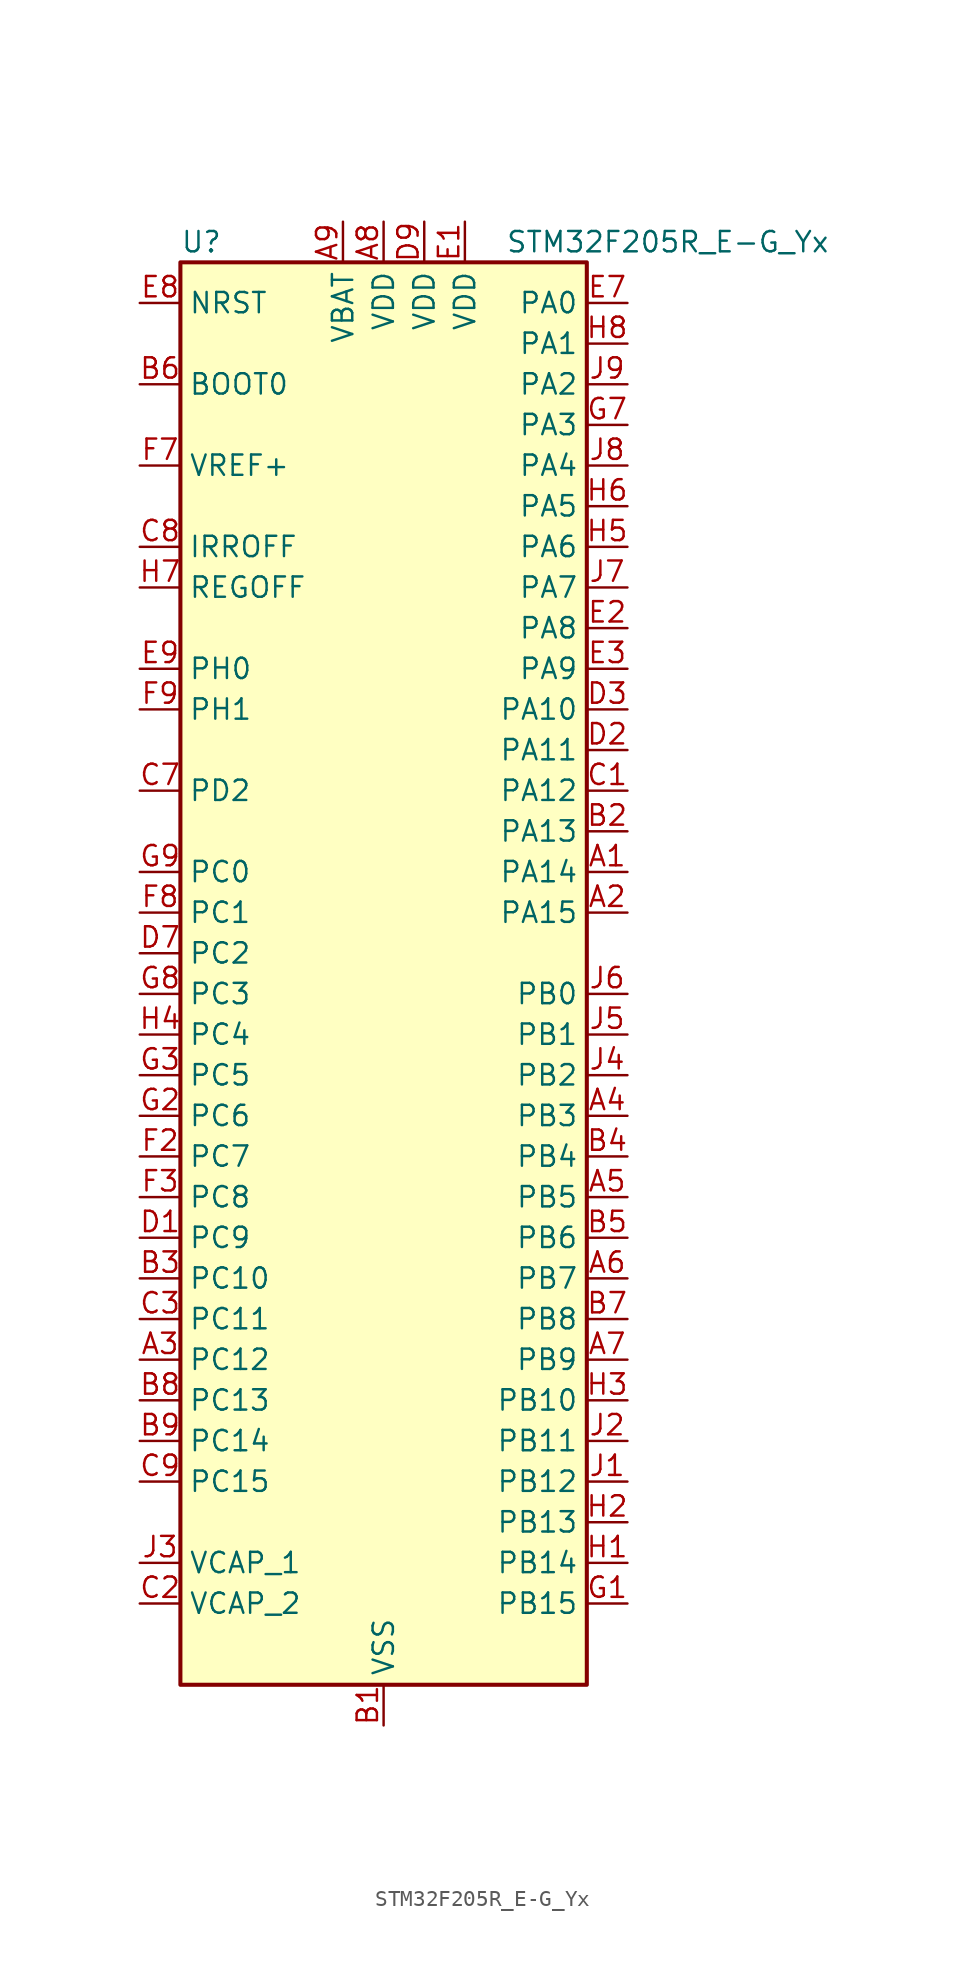
<source format=kicad_sym>
(kicad_symbol_lib
  (version 20231120)
  (generator "kicad_symbol_editor")
  (generator_version "8.0")
  (symbol "STM32F205R_E-G_Yx"
    (property "Reference" "U"
      (at -12.7 46.99 0)
      (effects (font (size 1.27 1.27)) (justify left)))
    (property "Value" "STM32F205R_E-G_Yx"
      (at 7.62 46.99 0)
      (effects (font (size 1.27 1.27)) (justify left)))
    (property "ki_locked" ""
      (at 0 0 0)
      (effects (font (size 1.27 1.27))))
    (symbol "STM32F205R_E-G_Yx_0_1"
      (rectangle (start -12.7 -43.18) (end 12.7 45.72) (stroke (width 0.254) (type default)) (fill (type background))))
    (symbol "STM32F205R_E-G_Yx_1_1"
      (pin bidirectional line (at 15.24 7.62 180) (length 2.54) (name "PA14" (effects (font (size 1.27 1.27)))) (number "A1" (effects (font (size 1.27 1.27)))) (alternate "SYS_JTCK-SWCLK" bidirectional line))
      (pin bidirectional line (at 15.24 5.08 180) (length 2.54) (name "PA15" (effects (font (size 1.27 1.27)))) (number "A2" (effects (font (size 1.27 1.27)))) (alternate "ADC1_EXTI15" bidirectional line) (alternate "ADC2_EXTI15" bidirectional line) (alternate "ADC3_EXTI15" bidirectional line) (alternate "I2S3_WS" bidirectional line) (alternate "SPI1_NSS" bidirectional line) (alternate "SPI3_NSS" bidirectional line) (alternate "SYS_JTDI" bidirectional line) (alternate "TIM2_CH1" bidirectional line) (alternate "TIM2_ETR" bidirectional line))
      (pin bidirectional line (at -15.24 -22.86 0) (length 2.54) (name "PC12" (effects (font (size 1.27 1.27)))) (number "A3" (effects (font (size 1.27 1.27)))) (alternate "I2S3_SD" bidirectional line) (alternate "SDIO_CK" bidirectional line) (alternate "SPI3_MOSI" bidirectional line) (alternate "UART5_TX" bidirectional line) (alternate "USART3_CK" bidirectional line))
      (pin bidirectional line (at 15.24 -7.62 180) (length 2.54) (name "PB3" (effects (font (size 1.27 1.27)))) (number "A4" (effects (font (size 1.27 1.27)))) (alternate "I2S3_SCK" bidirectional line) (alternate "SPI1_SCK" bidirectional line) (alternate "SPI3_SCK" bidirectional line) (alternate "SYS_JTDO-SWO" bidirectional line) (alternate "TIM2_CH2" bidirectional line))
      (pin bidirectional line (at 15.24 -12.7 180) (length 2.54) (name "PB5" (effects (font (size 1.27 1.27)))) (number "A5" (effects (font (size 1.27 1.27)))) (alternate "CAN2_RX" bidirectional line) (alternate "I2C1_SMBA" bidirectional line) (alternate "I2S3_SD" bidirectional line) (alternate "SPI1_MOSI" bidirectional line) (alternate "SPI3_MOSI" bidirectional line) (alternate "TIM3_CH2" bidirectional line) (alternate "USB_OTG_HS_ULPI_D7" bidirectional line))
      (pin bidirectional line (at 15.24 -17.78 180) (length 2.54) (name "PB7" (effects (font (size 1.27 1.27)))) (number "A6" (effects (font (size 1.27 1.27)))) (alternate "I2C1_SDA" bidirectional line) (alternate "TIM4_CH2" bidirectional line) (alternate "USART1_RX" bidirectional line))
      (pin bidirectional line (at 15.24 -22.86 180) (length 2.54) (name "PB9" (effects (font (size 1.27 1.27)))) (number "A7" (effects (font (size 1.27 1.27)))) (alternate "CAN1_TX" bidirectional line) (alternate "DAC_EXTI9" bidirectional line) (alternate "I2C1_SDA" bidirectional line) (alternate "I2S2_WS" bidirectional line) (alternate "SDIO_D5" bidirectional line) (alternate "SPI2_NSS" bidirectional line) (alternate "TIM11_CH1" bidirectional line) (alternate "TIM4_CH4" bidirectional line))
      (pin power_in line (at 0 48.26 270) (length 2.54) (name "VDD" (effects (font (size 1.27 1.27)))) (number "A8" (effects (font (size 1.27 1.27)))))
      (pin power_in line (at -2.54 48.26 270) (length 2.54) (name "VBAT" (effects (font (size 1.27 1.27)))) (number "A9" (effects (font (size 1.27 1.27)))))
      (pin power_in line (at 0 -45.72 90) (length 2.54) (name "VSS" (effects (font (size 1.27 1.27)))) (number "B1" (effects (font (size 1.27 1.27)))))
      (pin bidirectional line (at 15.24 10.16 180) (length 2.54) (name "PA13" (effects (font (size 1.27 1.27)))) (number "B2" (effects (font (size 1.27 1.27)))) (alternate "SYS_JTMS-SWDIO" bidirectional line))
      (pin bidirectional line (at -15.24 -17.78 0) (length 2.54) (name "PC10" (effects (font (size 1.27 1.27)))) (number "B3" (effects (font (size 1.27 1.27)))) (alternate "I2S3_SCK" bidirectional line) (alternate "SDIO_D2" bidirectional line) (alternate "SPI3_SCK" bidirectional line) (alternate "UART4_TX" bidirectional line) (alternate "USART3_TX" bidirectional line))
      (pin bidirectional line (at 15.24 -10.16 180) (length 2.54) (name "PB4" (effects (font (size 1.27 1.27)))) (number "B4" (effects (font (size 1.27 1.27)))) (alternate "SPI1_MISO" bidirectional line) (alternate "SPI3_MISO" bidirectional line) (alternate "SYS_JTRST" bidirectional line) (alternate "TIM3_CH1" bidirectional line))
      (pin bidirectional line (at 15.24 -15.24 180) (length 2.54) (name "PB6" (effects (font (size 1.27 1.27)))) (number "B5" (effects (font (size 1.27 1.27)))) (alternate "CAN2_TX" bidirectional line) (alternate "I2C1_SCL" bidirectional line) (alternate "TIM4_CH1" bidirectional line) (alternate "USART1_TX" bidirectional line))
      (pin input line (at -15.24 38.1 0) (length 2.54) (name "BOOT0" (effects (font (size 1.27 1.27)))) (number "B6" (effects (font (size 1.27 1.27)))))
      (pin bidirectional line (at 15.24 -20.32 180) (length 2.54) (name "PB8" (effects (font (size 1.27 1.27)))) (number "B7" (effects (font (size 1.27 1.27)))) (alternate "CAN1_RX" bidirectional line) (alternate "I2C1_SCL" bidirectional line) (alternate "SDIO_D4" bidirectional line) (alternate "TIM10_CH1" bidirectional line) (alternate "TIM4_CH3" bidirectional line))
      (pin bidirectional line (at -15.24 -25.4 0) (length 2.54) (name "PC13" (effects (font (size 1.27 1.27)))) (number "B8" (effects (font (size 1.27 1.27)))) (alternate "RTC_AF1" bidirectional line))
      (pin bidirectional line (at -15.24 -27.94 0) (length 2.54) (name "PC14" (effects (font (size 1.27 1.27)))) (number "B9" (effects (font (size 1.27 1.27)))) (alternate "RCC_OSC32_IN" bidirectional line))
      (pin bidirectional line (at 15.24 12.7 180) (length 2.54) (name "PA12" (effects (font (size 1.27 1.27)))) (number "C1" (effects (font (size 1.27 1.27)))) (alternate "CAN1_TX" bidirectional line) (alternate "TIM1_ETR" bidirectional line) (alternate "USART1_RTS" bidirectional line) (alternate "USB_OTG_FS_DP" bidirectional line))
      (pin power_out line (at -15.24 -38.1 0) (length 2.54) (name "VCAP_2" (effects (font (size 1.27 1.27)))) (number "C2" (effects (font (size 1.27 1.27)))))
      (pin bidirectional line (at -15.24 -20.32 0) (length 2.54) (name "PC11" (effects (font (size 1.27 1.27)))) (number "C3" (effects (font (size 1.27 1.27)))) (alternate "ADC1_EXTI11" bidirectional line) (alternate "ADC2_EXTI11" bidirectional line) (alternate "ADC3_EXTI11" bidirectional line) (alternate "SDIO_D3" bidirectional line) (alternate "SPI3_MISO" bidirectional line) (alternate "UART4_RX" bidirectional line) (alternate "USART3_RX" bidirectional line))
      (pin bidirectional line (at -15.24 12.7 0) (length 2.54) (name "PD2" (effects (font (size 1.27 1.27)))) (number "C7" (effects (font (size 1.27 1.27)))) (alternate "SDIO_CMD" bidirectional line) (alternate "TIM3_ETR" bidirectional line) (alternate "UART5_RX" bidirectional line))
      (pin input line (at -15.24 27.94 0) (length 2.54) (name "IRROFF" (effects (font (size 1.27 1.27)))) (number "C8" (effects (font (size 1.27 1.27)))))
      (pin bidirectional line (at -15.24 -30.48 0) (length 2.54) (name "PC15" (effects (font (size 1.27 1.27)))) (number "C9" (effects (font (size 1.27 1.27)))) (alternate "ADC1_EXTI15" bidirectional line) (alternate "ADC2_EXTI15" bidirectional line) (alternate "ADC3_EXTI15" bidirectional line) (alternate "RCC_OSC32_OUT" bidirectional line))
      (pin bidirectional line (at -15.24 -15.24 0) (length 2.54) (name "PC9" (effects (font (size 1.27 1.27)))) (number "D1" (effects (font (size 1.27 1.27)))) (alternate "DAC_EXTI9" bidirectional line) (alternate "I2C3_SDA" bidirectional line) (alternate "I2S_CKIN" bidirectional line) (alternate "RCC_MCO_2" bidirectional line) (alternate "SDIO_D1" bidirectional line) (alternate "TIM3_CH4" bidirectional line) (alternate "TIM8_CH4" bidirectional line))
      (pin bidirectional line (at 15.24 15.24 180) (length 2.54) (name "PA11" (effects (font (size 1.27 1.27)))) (number "D2" (effects (font (size 1.27 1.27)))) (alternate "ADC1_EXTI11" bidirectional line) (alternate "ADC2_EXTI11" bidirectional line) (alternate "ADC3_EXTI11" bidirectional line) (alternate "CAN1_RX" bidirectional line) (alternate "TIM1_CH4" bidirectional line) (alternate "USART1_CTS" bidirectional line) (alternate "USB_OTG_FS_DM" bidirectional line))
      (pin bidirectional line (at 15.24 17.78 180) (length 2.54) (name "PA10" (effects (font (size 1.27 1.27)))) (number "D3" (effects (font (size 1.27 1.27)))) (alternate "TIM1_CH3" bidirectional line) (alternate "USART1_RX" bidirectional line) (alternate "USB_OTG_FS_ID" bidirectional line))
      (pin bidirectional line (at -15.24 2.54 0) (length 2.54) (name "PC2" (effects (font (size 1.27 1.27)))) (number "D7" (effects (font (size 1.27 1.27)))) (alternate "ADC1_IN12" bidirectional line) (alternate "ADC2_IN12" bidirectional line) (alternate "ADC3_IN12" bidirectional line) (alternate "SPI2_MISO" bidirectional line) (alternate "USB_OTG_HS_ULPI_DIR" bidirectional line))
      (pin passive line (at 0 -45.72 90) (length 2.54) hide (name "VSS" (effects (font (size 1.27 1.27)))) (number "D8" (effects (font (size 1.27 1.27)))))
      (pin power_in line (at 2.54 48.26 270) (length 2.54) (name "VDD" (effects (font (size 1.27 1.27)))) (number "D9" (effects (font (size 1.27 1.27)))))
      (pin power_in line (at 5.08 48.26 270) (length 2.54) (name "VDD" (effects (font (size 1.27 1.27)))) (number "E1" (effects (font (size 1.27 1.27)))))
      (pin bidirectional line (at 15.24 22.86 180) (length 2.54) (name "PA8" (effects (font (size 1.27 1.27)))) (number "E2" (effects (font (size 1.27 1.27)))) (alternate "I2C3_SCL" bidirectional line) (alternate "RCC_MCO_1" bidirectional line) (alternate "TIM1_CH1" bidirectional line) (alternate "USART1_CK" bidirectional line) (alternate "USB_OTG_FS_SOF" bidirectional line))
      (pin bidirectional line (at 15.24 20.32 180) (length 2.54) (name "PA9" (effects (font (size 1.27 1.27)))) (number "E3" (effects (font (size 1.27 1.27)))) (alternate "DAC_EXTI9" bidirectional line) (alternate "I2C3_SMBA" bidirectional line) (alternate "TIM1_CH2" bidirectional line) (alternate "USART1_TX" bidirectional line) (alternate "USB_OTG_FS_VBUS" bidirectional line))
      (pin bidirectional line (at 15.24 43.18 180) (length 2.54) (name "PA0" (effects (font (size 1.27 1.27)))) (number "E7" (effects (font (size 1.27 1.27)))) (alternate "ADC1_IN0" bidirectional line) (alternate "ADC2_IN0" bidirectional line) (alternate "ADC3_IN0" bidirectional line) (alternate "SYS_WKUP" bidirectional line) (alternate "TIM2_CH1" bidirectional line) (alternate "TIM2_ETR" bidirectional line) (alternate "TIM5_CH1" bidirectional line) (alternate "TIM8_ETR" bidirectional line) (alternate "UART4_TX" bidirectional line) (alternate "USART2_CTS" bidirectional line))
      (pin input line (at -15.24 43.18 0) (length 2.54) (name "NRST" (effects (font (size 1.27 1.27)))) (number "E8" (effects (font (size 1.27 1.27)))))
      (pin bidirectional line (at -15.24 20.32 0) (length 2.54) (name "PH0" (effects (font (size 1.27 1.27)))) (number "E9" (effects (font (size 1.27 1.27)))) (alternate "RCC_OSC_IN" bidirectional line))
      (pin passive line (at 0 -45.72 90) (length 2.54) hide (name "VSS" (effects (font (size 1.27 1.27)))) (number "F1" (effects (font (size 1.27 1.27)))))
      (pin bidirectional line (at -15.24 -10.16 0) (length 2.54) (name "PC7" (effects (font (size 1.27 1.27)))) (number "F2" (effects (font (size 1.27 1.27)))) (alternate "I2S3_MCK" bidirectional line) (alternate "SDIO_D7" bidirectional line) (alternate "TIM3_CH2" bidirectional line) (alternate "TIM8_CH2" bidirectional line) (alternate "USART6_RX" bidirectional line))
      (pin bidirectional line (at -15.24 -12.7 0) (length 2.54) (name "PC8" (effects (font (size 1.27 1.27)))) (number "F3" (effects (font (size 1.27 1.27)))) (alternate "SDIO_D0" bidirectional line) (alternate "TIM3_CH3" bidirectional line) (alternate "TIM8_CH3" bidirectional line) (alternate "USART6_CK" bidirectional line))
      (pin input line (at -15.24 33.02 0) (length 2.54) (name "VREF+" (effects (font (size 1.27 1.27)))) (number "F7" (effects (font (size 1.27 1.27)))))
      (pin bidirectional line (at -15.24 5.08 0) (length 2.54) (name "PC1" (effects (font (size 1.27 1.27)))) (number "F8" (effects (font (size 1.27 1.27)))) (alternate "ADC1_IN11" bidirectional line) (alternate "ADC2_IN11" bidirectional line) (alternate "ADC3_IN11" bidirectional line))
      (pin bidirectional line (at -15.24 17.78 0) (length 2.54) (name "PH1" (effects (font (size 1.27 1.27)))) (number "F9" (effects (font (size 1.27 1.27)))) (alternate "RCC_OSC_OUT" bidirectional line))
      (pin bidirectional line (at 15.24 -38.1 180) (length 2.54) (name "PB15" (effects (font (size 1.27 1.27)))) (number "G1" (effects (font (size 1.27 1.27)))) (alternate "ADC1_EXTI15" bidirectional line) (alternate "ADC2_EXTI15" bidirectional line) (alternate "ADC3_EXTI15" bidirectional line) (alternate "I2S2_SD" bidirectional line) (alternate "RTC_REFIN" bidirectional line) (alternate "SPI2_MOSI" bidirectional line) (alternate "TIM12_CH2" bidirectional line) (alternate "TIM1_CH3N" bidirectional line) (alternate "TIM8_CH3N" bidirectional line) (alternate "USB_OTG_HS_DP" bidirectional line))
      (pin bidirectional line (at -15.24 -7.62 0) (length 2.54) (name "PC6" (effects (font (size 1.27 1.27)))) (number "G2" (effects (font (size 1.27 1.27)))) (alternate "I2S2_MCK" bidirectional line) (alternate "SDIO_D6" bidirectional line) (alternate "TIM3_CH1" bidirectional line) (alternate "TIM8_CH1" bidirectional line) (alternate "USART6_TX" bidirectional line))
      (pin bidirectional line (at -15.24 -5.08 0) (length 2.54) (name "PC5" (effects (font (size 1.27 1.27)))) (number "G3" (effects (font (size 1.27 1.27)))) (alternate "ADC1_IN15" bidirectional line) (alternate "ADC2_IN15" bidirectional line))
      (pin bidirectional line (at 15.24 35.56 180) (length 2.54) (name "PA3" (effects (font (size 1.27 1.27)))) (number "G7" (effects (font (size 1.27 1.27)))) (alternate "ADC1_IN3" bidirectional line) (alternate "ADC2_IN3" bidirectional line) (alternate "ADC3_IN3" bidirectional line) (alternate "TIM2_CH4" bidirectional line) (alternate "TIM5_CH4" bidirectional line) (alternate "TIM9_CH2" bidirectional line) (alternate "USART2_RX" bidirectional line) (alternate "USB_OTG_HS_ULPI_D0" bidirectional line))
      (pin bidirectional line (at -15.24 0 0) (length 2.54) (name "PC3" (effects (font (size 1.27 1.27)))) (number "G8" (effects (font (size 1.27 1.27)))) (alternate "ADC1_IN13" bidirectional line) (alternate "ADC2_IN13" bidirectional line) (alternate "ADC3_IN13" bidirectional line) (alternate "I2S2_SD" bidirectional line) (alternate "SPI2_MOSI" bidirectional line) (alternate "USB_OTG_HS_ULPI_NXT" bidirectional line))
      (pin bidirectional line (at -15.24 7.62 0) (length 2.54) (name "PC0" (effects (font (size 1.27 1.27)))) (number "G9" (effects (font (size 1.27 1.27)))) (alternate "ADC1_IN10" bidirectional line) (alternate "ADC2_IN10" bidirectional line) (alternate "ADC3_IN10" bidirectional line) (alternate "USB_OTG_HS_ULPI_STP" bidirectional line))
      (pin bidirectional line (at 15.24 -35.56 180) (length 2.54) (name "PB14" (effects (font (size 1.27 1.27)))) (number "H1" (effects (font (size 1.27 1.27)))) (alternate "SPI2_MISO" bidirectional line) (alternate "TIM12_CH1" bidirectional line) (alternate "TIM1_CH2N" bidirectional line) (alternate "TIM8_CH2N" bidirectional line) (alternate "USART3_RTS" bidirectional line) (alternate "USB_OTG_HS_DM" bidirectional line))
      (pin bidirectional line (at 15.24 -33.02 180) (length 2.54) (name "PB13" (effects (font (size 1.27 1.27)))) (number "H2" (effects (font (size 1.27 1.27)))) (alternate "CAN2_TX" bidirectional line) (alternate "I2S2_SCK" bidirectional line) (alternate "SPI2_SCK" bidirectional line) (alternate "TIM1_CH1N" bidirectional line) (alternate "USART3_CTS" bidirectional line) (alternate "USB_OTG_HS_ULPI_D6" bidirectional line) (alternate "USB_OTG_HS_VBUS" bidirectional line))
      (pin bidirectional line (at 15.24 -25.4 180) (length 2.54) (name "PB10" (effects (font (size 1.27 1.27)))) (number "H3" (effects (font (size 1.27 1.27)))) (alternate "I2C2_SCL" bidirectional line) (alternate "I2S2_SCK" bidirectional line) (alternate "SPI2_SCK" bidirectional line) (alternate "TIM2_CH3" bidirectional line) (alternate "USART3_TX" bidirectional line) (alternate "USB_OTG_HS_ULPI_D3" bidirectional line))
      (pin bidirectional line (at -15.24 -2.54 0) (length 2.54) (name "PC4" (effects (font (size 1.27 1.27)))) (number "H4" (effects (font (size 1.27 1.27)))) (alternate "ADC1_IN14" bidirectional line) (alternate "ADC2_IN14" bidirectional line))
      (pin bidirectional line (at 15.24 27.94 180) (length 2.54) (name "PA6" (effects (font (size 1.27 1.27)))) (number "H5" (effects (font (size 1.27 1.27)))) (alternate "ADC1_IN6" bidirectional line) (alternate "ADC2_IN6" bidirectional line) (alternate "SPI1_MISO" bidirectional line) (alternate "TIM13_CH1" bidirectional line) (alternate "TIM1_BKIN" bidirectional line) (alternate "TIM3_CH1" bidirectional line) (alternate "TIM8_BKIN" bidirectional line))
      (pin bidirectional line (at 15.24 30.48 180) (length 2.54) (name "PA5" (effects (font (size 1.27 1.27)))) (number "H6" (effects (font (size 1.27 1.27)))) (alternate "ADC1_IN5" bidirectional line) (alternate "ADC2_IN5" bidirectional line) (alternate "DAC_OUT2" bidirectional line) (alternate "SPI1_SCK" bidirectional line) (alternate "TIM2_CH1" bidirectional line) (alternate "TIM2_ETR" bidirectional line) (alternate "TIM8_CH1N" bidirectional line) (alternate "USB_OTG_HS_ULPI_CK" bidirectional line))
      (pin input line (at -15.24 25.4 0) (length 2.54) (name "REGOFF" (effects (font (size 1.27 1.27)))) (number "H7" (effects (font (size 1.27 1.27)))))
      (pin bidirectional line (at 15.24 40.64 180) (length 2.54) (name "PA1" (effects (font (size 1.27 1.27)))) (number "H8" (effects (font (size 1.27 1.27)))) (alternate "ADC1_IN1" bidirectional line) (alternate "ADC2_IN1" bidirectional line) (alternate "ADC3_IN1" bidirectional line) (alternate "TIM2_CH2" bidirectional line) (alternate "TIM5_CH2" bidirectional line) (alternate "UART4_RX" bidirectional line) (alternate "USART2_RTS" bidirectional line))
      (pin passive line (at 0 -45.72 90) (length 2.54) hide (name "VSS" (effects (font (size 1.27 1.27)))) (number "H9" (effects (font (size 1.27 1.27)))))
      (pin bidirectional line (at 15.24 -30.48 180) (length 2.54) (name "PB12" (effects (font (size 1.27 1.27)))) (number "J1" (effects (font (size 1.27 1.27)))) (alternate "CAN2_RX" bidirectional line) (alternate "I2C2_SMBA" bidirectional line) (alternate "I2S2_WS" bidirectional line) (alternate "SPI2_NSS" bidirectional line) (alternate "TIM1_BKIN" bidirectional line) (alternate "USART3_CK" bidirectional line) (alternate "USB_OTG_HS_ID" bidirectional line) (alternate "USB_OTG_HS_ULPI_D5" bidirectional line))
      (pin bidirectional line (at 15.24 -27.94 180) (length 2.54) (name "PB11" (effects (font (size 1.27 1.27)))) (number "J2" (effects (font (size 1.27 1.27)))) (alternate "ADC1_EXTI11" bidirectional line) (alternate "ADC2_EXTI11" bidirectional line) (alternate "ADC3_EXTI11" bidirectional line) (alternate "I2C2_SDA" bidirectional line) (alternate "TIM2_CH4" bidirectional line) (alternate "USART3_RX" bidirectional line) (alternate "USB_OTG_HS_ULPI_D4" bidirectional line))
      (pin power_out line (at -15.24 -35.56 0) (length 2.54) (name "VCAP_1" (effects (font (size 1.27 1.27)))) (number "J3" (effects (font (size 1.27 1.27)))))
      (pin bidirectional line (at 15.24 -5.08 180) (length 2.54) (name "PB2" (effects (font (size 1.27 1.27)))) (number "J4" (effects (font (size 1.27 1.27)))))
      (pin bidirectional line (at 15.24 -2.54 180) (length 2.54) (name "PB1" (effects (font (size 1.27 1.27)))) (number "J5" (effects (font (size 1.27 1.27)))) (alternate "ADC1_IN9" bidirectional line) (alternate "ADC2_IN9" bidirectional line) (alternate "TIM1_CH3N" bidirectional line) (alternate "TIM3_CH4" bidirectional line) (alternate "TIM8_CH3N" bidirectional line) (alternate "USB_OTG_HS_ULPI_D2" bidirectional line))
      (pin bidirectional line (at 15.24 0 180) (length 2.54) (name "PB0" (effects (font (size 1.27 1.27)))) (number "J6" (effects (font (size 1.27 1.27)))) (alternate "ADC1_IN8" bidirectional line) (alternate "ADC2_IN8" bidirectional line) (alternate "TIM1_CH2N" bidirectional line) (alternate "TIM3_CH3" bidirectional line) (alternate "TIM8_CH2N" bidirectional line) (alternate "USB_OTG_HS_ULPI_D1" bidirectional line))
      (pin bidirectional line (at 15.24 25.4 180) (length 2.54) (name "PA7" (effects (font (size 1.27 1.27)))) (number "J7" (effects (font (size 1.27 1.27)))) (alternate "ADC1_IN7" bidirectional line) (alternate "ADC2_IN7" bidirectional line) (alternate "SPI1_MOSI" bidirectional line) (alternate "TIM14_CH1" bidirectional line) (alternate "TIM1_CH1N" bidirectional line) (alternate "TIM3_CH2" bidirectional line) (alternate "TIM8_CH1N" bidirectional line))
      (pin bidirectional line (at 15.24 33.02 180) (length 2.54) (name "PA4" (effects (font (size 1.27 1.27)))) (number "J8" (effects (font (size 1.27 1.27)))) (alternate "ADC1_IN4" bidirectional line) (alternate "ADC2_IN4" bidirectional line) (alternate "DAC_OUT1" bidirectional line) (alternate "I2S3_WS" bidirectional line) (alternate "SPI1_NSS" bidirectional line) (alternate "SPI3_NSS" bidirectional line) (alternate "USART2_CK" bidirectional line) (alternate "USB_OTG_HS_SOF" bidirectional line))
      (pin bidirectional line (at 15.24 38.1 180) (length 2.54) (name "PA2" (effects (font (size 1.27 1.27)))) (number "J9" (effects (font (size 1.27 1.27)))) (alternate "ADC1_IN2" bidirectional line) (alternate "ADC2_IN2" bidirectional line) (alternate "ADC3_IN2" bidirectional line) (alternate "TIM2_CH3" bidirectional line) (alternate "TIM5_CH3" bidirectional line) (alternate "TIM9_CH1" bidirectional line) (alternate "USART2_TX" bidirectional line)))))
</source>
